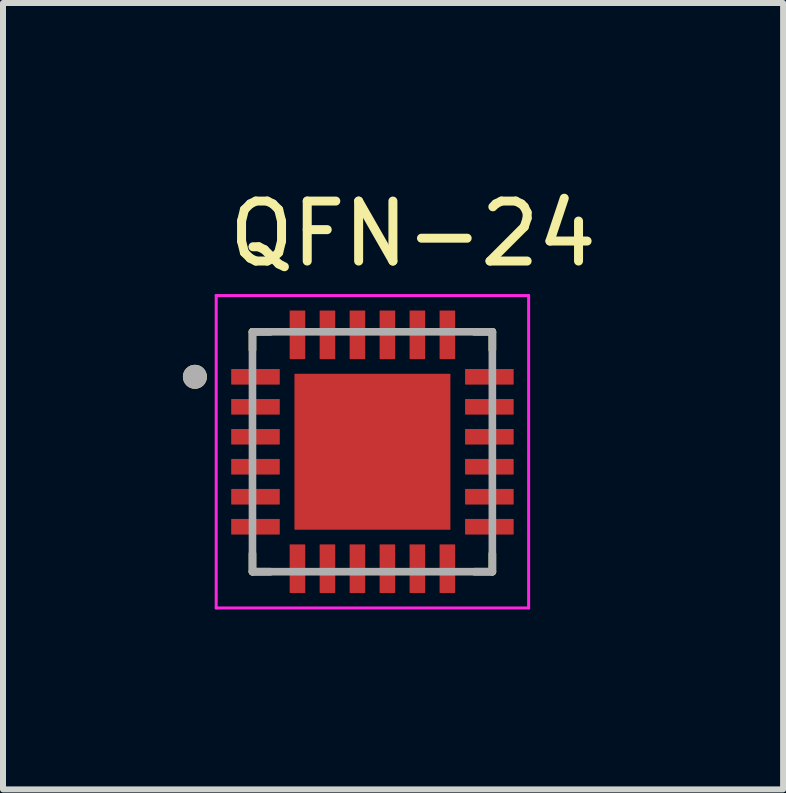
<source format=kicad_pcb>
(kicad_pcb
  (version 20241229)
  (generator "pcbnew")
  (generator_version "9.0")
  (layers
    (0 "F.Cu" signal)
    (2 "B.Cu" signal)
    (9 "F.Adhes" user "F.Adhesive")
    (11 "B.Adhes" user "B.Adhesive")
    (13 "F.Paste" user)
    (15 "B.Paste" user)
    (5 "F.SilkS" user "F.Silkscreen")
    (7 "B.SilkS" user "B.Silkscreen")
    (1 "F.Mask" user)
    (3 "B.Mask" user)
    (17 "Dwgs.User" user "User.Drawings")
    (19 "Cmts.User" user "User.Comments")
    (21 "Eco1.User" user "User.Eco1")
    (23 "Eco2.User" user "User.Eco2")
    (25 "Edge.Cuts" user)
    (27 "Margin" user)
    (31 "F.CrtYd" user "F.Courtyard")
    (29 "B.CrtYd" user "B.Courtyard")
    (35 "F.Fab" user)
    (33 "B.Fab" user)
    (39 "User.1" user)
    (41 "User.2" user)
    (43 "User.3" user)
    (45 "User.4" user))
  (footprint "QFN-24"
    (layer "F.Cu")
    (at 3.16 4.483)
    (property "Reference" "QFN-24" (at 0.675 -3.635 0) (layer "F.SilkS") (effects (font (size 1 1) (thickness 0.15))))
    (attr smd)
    (fp_line (start -2 -2) (end -2 -1.7) (stroke (width 0.127) (type solid)) (layer "F.SilkS"))
    (fp_line (start -2 -2) (end -1.7 -2) (stroke (width 0.127) (type solid)) (layer "F.SilkS"))
    (fp_line (start -2 2) (end -2 1.7) (stroke (width 0.127) (type solid)) (layer "F.SilkS"))
    (fp_line (start -2 2) (end -1.7 2) (stroke (width 0.127) (type solid)) (layer "F.SilkS"))
    (fp_line (start 2 -2) (end 1.7 -2) (stroke (width 0.127) (type solid)) (layer "F.SilkS"))
    (fp_line (start 2 -2) (end 2 -1.7) (stroke (width 0.127) (type solid)) (layer "F.SilkS"))
    (fp_line (start 2 2) (end 1.7 2) (stroke (width 0.127) (type solid)) (layer "F.SilkS"))
    (fp_line (start 2 2) (end 2 1.7) (stroke (width 0.127) (type solid)) (layer "F.SilkS"))
    (fp_circle (center -2.96 -1.25) (end -2.86 -1.25) (stroke (width 0.2) (type solid)) (fill no) (layer "F.SilkS"))
    (fp_poly (pts (xy -0.82 -0.82) (xy 0.82 -0.82) (xy 0.82 0.82) (xy -0.82 0.82)) (stroke (width 0.01) (type solid)) (fill yes) (layer "F.Paste"))
    (fp_line (start -2.605 -2.605) (end 2.605 -2.605) (stroke (width 0.05) (type solid)) (layer "F.CrtYd"))
    (fp_line (start -2.605 2.605) (end -2.605 -2.605) (stroke (width 0.05) (type solid)) (layer "F.CrtYd"))
    (fp_line (start -2.605 2.605) (end 2.605 2.605) (stroke (width 0.05) (type solid)) (layer "F.CrtYd"))
    (fp_line (start 2.605 2.605) (end 2.605 -2.605) (stroke (width 0.05) (type solid)) (layer "F.CrtYd"))
    (fp_line (start -2 2) (end -2 -2) (stroke (width 0.127) (type solid)) (layer "F.Fab"))
    (fp_line (start 2 -2) (end -2 -2) (stroke (width 0.127) (type solid)) (layer "F.Fab"))
    (fp_line (start 2 2) (end -2 2) (stroke (width 0.127) (type solid)) (layer "F.Fab"))
    (fp_line (start 2 2) (end 2 -2) (stroke (width 0.127) (type solid)) (layer "F.Fab"))
    (fp_circle (center -2.96 -1.25) (end -2.86 -1.25) (stroke (width 0.2) (type solid)) (fill no) (layer "F.Fab"))
    (pad "1" smd roundrect (at -1.95 -1.25) (size 0.81 0.26) (layers "F.Cu" "F.Mask" "F.Paste") (roundrect_rratio 0.03))
    (pad "2" smd roundrect (at -1.95 -0.75) (size 0.81 0.26) (layers "F.Cu" "F.Mask" "F.Paste") (roundrect_rratio 0.03))
    (pad "3" smd roundrect (at -1.95 -0.25) (size 0.81 0.26) (layers "F.Cu" "F.Mask" "F.Paste") (roundrect_rratio 0.03))
    (pad "4" smd roundrect (at -1.95 0.25) (size 0.81 0.26) (layers "F.Cu" "F.Mask" "F.Paste") (roundrect_rratio 0.03))
    (pad "5" smd roundrect (at -1.95 0.75) (size 0.81 0.26) (layers "F.Cu" "F.Mask" "F.Paste") (roundrect_rratio 0.03))
    (pad "6" smd roundrect (at -1.95 1.25) (size 0.81 0.26) (layers "F.Cu" "F.Mask" "F.Paste") (roundrect_rratio 0.03))
    (pad "7" smd roundrect (at -1.25 1.95 90) (size 0.81 0.26) (layers "F.Cu" "F.Mask" "F.Paste") (roundrect_rratio 0.03))
    (pad "8" smd roundrect (at -0.75 1.95 90) (size 0.81 0.26) (layers "F.Cu" "F.Mask" "F.Paste") (roundrect_rratio 0.03))
    (pad "9" smd roundrect (at -0.25 1.95 90) (size 0.81 0.26) (layers "F.Cu" "F.Mask" "F.Paste") (roundrect_rratio 0.03))
    (pad "10" smd roundrect (at 0.25 1.95 90) (size 0.81 0.26) (layers "F.Cu" "F.Mask" "F.Paste") (roundrect_rratio 0.03))
    (pad "11" smd roundrect (at 0.75 1.95 90) (size 0.81 0.26) (layers "F.Cu" "F.Mask" "F.Paste") (roundrect_rratio 0.03))
    (pad "12" smd roundrect (at 1.25 1.95 90) (size 0.81 0.26) (layers "F.Cu" "F.Mask" "F.Paste") (roundrect_rratio 0.03))
    (pad "13" smd roundrect (at 1.95 1.25) (size 0.81 0.26) (layers "F.Cu" "F.Mask" "F.Paste") (roundrect_rratio 0.03))
    (pad "14" smd roundrect (at 1.95 0.75) (size 0.81 0.26) (layers "F.Cu" "F.Mask" "F.Paste") (roundrect_rratio 0.03))
    (pad "15" smd roundrect (at 1.95 0.25) (size 0.81 0.26) (layers "F.Cu" "F.Mask" "F.Paste") (roundrect_rratio 0.03))
    (pad "16" smd roundrect (at 1.95 -0.25) (size 0.81 0.26) (layers "F.Cu" "F.Mask" "F.Paste") (roundrect_rratio 0.03))
    (pad "17" smd roundrect (at 1.95 -0.75) (size 0.81 0.26) (layers "F.Cu" "F.Mask" "F.Paste") (roundrect_rratio 0.03))
    (pad "18" smd roundrect (at 1.95 -1.25) (size 0.81 0.26) (layers "F.Cu" "F.Mask" "F.Paste") (roundrect_rratio 0.03))
    (pad "19" smd roundrect (at 1.25 -1.95 90) (size 0.81 0.26) (layers "F.Cu" "F.Mask" "F.Paste") (roundrect_rratio 0.03))
    (pad "20" smd roundrect (at 0.75 -1.95 90) (size 0.81 0.26) (layers "F.Cu" "F.Mask" "F.Paste") (roundrect_rratio 0.03))
    (pad "21" smd roundrect (at 0.25 -1.95 90) (size 0.81 0.26) (layers "F.Cu" "F.Mask" "F.Paste") (roundrect_rratio 0.03))
    (pad "22" smd roundrect (at -0.25 -1.95 90) (size 0.81 0.26) (layers "F.Cu" "F.Mask" "F.Paste") (roundrect_rratio 0.03))
    (pad "23" smd roundrect (at -0.75 -1.95 90) (size 0.81 0.26) (layers "F.Cu" "F.Mask" "F.Paste") (roundrect_rratio 0.03))
    (pad "24" smd roundrect (at -1.25 -1.95 90) (size 0.81 0.26) (layers "F.Cu" "F.Mask" "F.Paste") (roundrect_rratio 0.03))
    (pad "25" smd rect (at 0 0) (size 2.6 2.6) (layers "F.Cu" "F.Mask")))
  (gr_rect
    (start -3 -3)
    (end 10.008 10.113)
    (stroke (width 0.1) (type default))
    (fill no)
    (layer "Edge.Cuts")))
</source>
